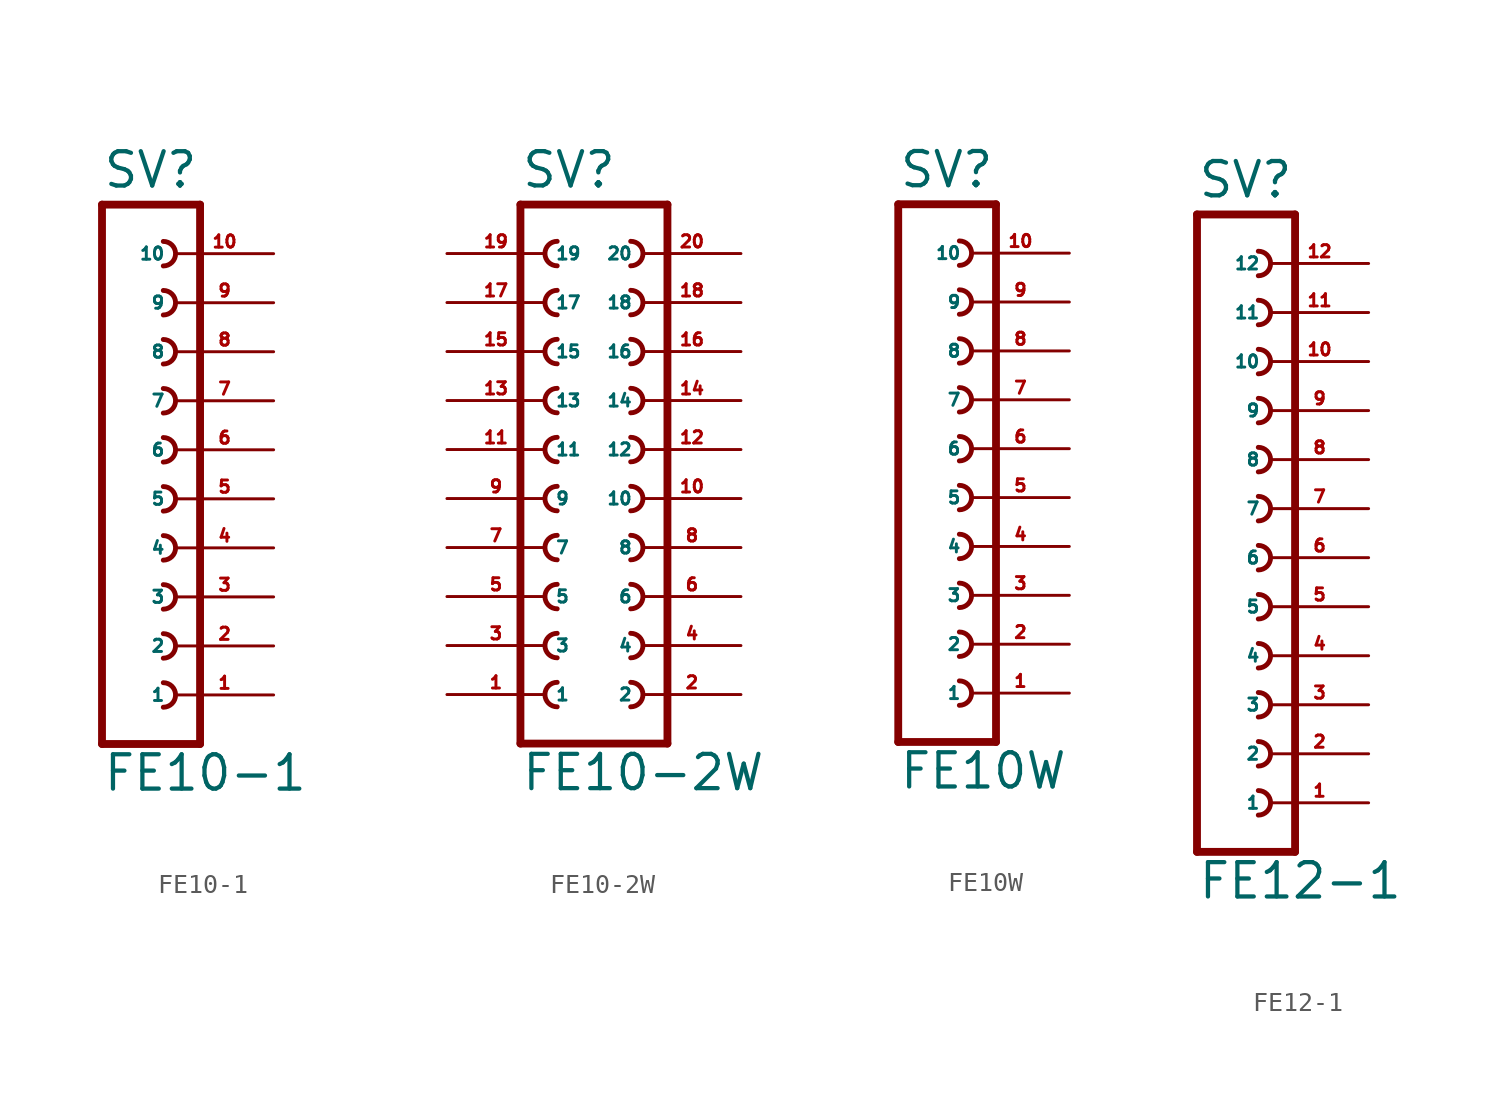
<source format=kicad_sym>
(kicad_symbol_lib
  (version 20220914)
  (generator Eagle2Kicad)
  (symbol "FE10-1"
    (property "Reference" "SV"
      (at -1.27 16.002 0)
      (effects (font (size 1.778 1.778) (thickness 0.22)) (justify left bottom)))
    (property "Value" "FE10-1"
      (at -1.27 -15.24 0)
      (effects (font (size 1.778 1.778) (thickness 0.22)) (justify left bottom)))
    (polyline
      (pts (xy 3.81 -12.7) (xy -1.27 -12.7))
      (stroke (width 0.406) (type default))
      (fill (type none)))
    (arc
      (start 1.905 -5.715)
      (mid 2.540 -5.080)
      (end 1.905 -4.445)
      (stroke (width 0.254) (type default))
      (fill (type none)))
    (arc
      (start 1.905 -8.255)
      (mid 2.540 -7.620)
      (end 1.905 -6.985)
      (stroke (width 0.254) (type default))
      (fill (type none)))
    (arc
      (start 1.905 -10.795)
      (mid 2.540 -10.160)
      (end 1.905 -9.525)
      (stroke (width 0.254) (type default))
      (fill (type none)))
    (arc
      (start 1.905 -0.635)
      (mid 2.540 0.000)
      (end 1.905 0.635)
      (stroke (width 0.254) (type default))
      (fill (type none)))
    (arc
      (start 1.905 -3.175)
      (mid 2.540 -2.540)
      (end 1.905 -1.905)
      (stroke (width 0.254) (type default))
      (fill (type none)))
    (arc
      (start 1.905 6.985)
      (mid 2.540 7.620)
      (end 1.905 8.255)
      (stroke (width 0.254) (type default))
      (fill (type none)))
    (arc
      (start 1.905 4.445)
      (mid 2.540 5.080)
      (end 1.905 5.715)
      (stroke (width 0.254) (type default))
      (fill (type none)))
    (arc
      (start 1.905 1.905)
      (mid 2.540 2.540)
      (end 1.905 3.175)
      (stroke (width 0.254) (type default))
      (fill (type none)))
    (polyline
      (pts (xy -1.27 15.24) (xy -1.27 -12.7))
      (stroke (width 0.406) (type default))
      (fill (type none)))
    (polyline
      (pts (xy 3.81 -12.7) (xy 3.81 15.24))
      (stroke (width 0.406) (type default))
      (fill (type none)))
    (polyline
      (pts (xy -1.27 15.24) (xy 3.81 15.24))
      (stroke (width 0.406) (type default))
      (fill (type none)))
    (arc
      (start 1.905 12.065)
      (mid 2.540 12.700)
      (end 1.905 13.335)
      (stroke (width 0.254) (type default))
      (fill (type none)))
    (arc
      (start 1.905 9.525)
      (mid 2.540 10.160)
      (end 1.905 10.795)
      (stroke (width 0.254) (type default))
      (fill (type none)))
    (pin passive line
      (at 7.62 -10.16 180)
      (length 5.08)
      (name "1" (effects (font (size 0.635 0.635) (thickness 0.08)) (justify left bottom)))
      (number "1" (effects (font (size 0.635 0.635) (thickness 0.08)) (justify left bottom))))
    (pin passive line
      (at 7.62 -7.62 180)
      (length 5.08)
      (name "2" (effects (font (size 0.635 0.635) (thickness 0.08)) (justify left bottom)))
      (number "2" (effects (font (size 0.635 0.635) (thickness 0.08)) (justify left bottom))))
    (pin passive line
      (at 7.62 -5.08 180)
      (length 5.08)
      (name "3" (effects (font (size 0.635 0.635) (thickness 0.08)) (justify left bottom)))
      (number "3" (effects (font (size 0.635 0.635) (thickness 0.08)) (justify left bottom))))
    (pin passive line
      (at 7.62 -2.54 180)
      (length 5.08)
      (name "4" (effects (font (size 0.635 0.635) (thickness 0.08)) (justify left bottom)))
      (number "4" (effects (font (size 0.635 0.635) (thickness 0.08)) (justify left bottom))))
    (pin passive line
      (at 7.62 0 180)
      (length 5.08)
      (name "5" (effects (font (size 0.635 0.635) (thickness 0.08)) (justify left bottom)))
      (number "5" (effects (font (size 0.635 0.635) (thickness 0.08)) (justify left bottom))))
    (pin passive line
      (at 7.62 2.54 180)
      (length 5.08)
      (name "6" (effects (font (size 0.635 0.635) (thickness 0.08)) (justify left bottom)))
      (number "6" (effects (font (size 0.635 0.635) (thickness 0.08)) (justify left bottom))))
    (pin passive line
      (at 7.62 5.08 180)
      (length 5.08)
      (name "7" (effects (font (size 0.635 0.635) (thickness 0.08)) (justify left bottom)))
      (number "7" (effects (font (size 0.635 0.635) (thickness 0.08)) (justify left bottom))))
    (pin passive line
      (at 7.62 7.62 180)
      (length 5.08)
      (name "8" (effects (font (size 0.635 0.635) (thickness 0.08)) (justify left bottom)))
      (number "8" (effects (font (size 0.635 0.635) (thickness 0.08)) (justify left bottom))))
    (pin passive line
      (at 7.62 10.16 180)
      (length 5.08)
      (name "9" (effects (font (size 0.635 0.635) (thickness 0.08)) (justify left bottom)))
      (number "9" (effects (font (size 0.635 0.635) (thickness 0.08)) (justify left bottom))))
    (pin passive line
      (at 7.62 12.7 180)
      (length 5.08)
      (name "10" (effects (font (size 0.635 0.635) (thickness 0.08)) (justify left bottom)))
      (number "10" (effects (font (size 0.635 0.635) (thickness 0.08)) (justify left bottom)))))
  (symbol "FE10-2W"
    (property "Reference" "SV"
      (at -3.81 16.002 0)
      (effects (font (size 1.778 1.778) (thickness 0.22)) (justify left bottom)))
    (property "Value" "FE10-2W"
      (at -3.81 -15.24 0)
      (effects (font (size 1.778 1.778) (thickness 0.22)) (justify left bottom)))
    (polyline
      (pts (xy 3.81 -12.7) (xy -3.81 -12.7))
      (stroke (width 0.406) (type default))
      (fill (type none)))
    (arc
      (start -1.905 -4.445)
      (mid -2.540 -5.080)
      (end -1.905 -5.715)
      (stroke (width 0.254) (type default))
      (fill (type none)))
    (arc
      (start -1.905 -6.985)
      (mid -2.540 -7.620)
      (end -1.905 -8.255)
      (stroke (width 0.254) (type default))
      (fill (type none)))
    (arc
      (start -1.905 -9.525)
      (mid -2.540 -10.160)
      (end -1.905 -10.795)
      (stroke (width 0.254) (type default))
      (fill (type none)))
    (arc
      (start 1.905 -5.715)
      (mid 2.540 -5.080)
      (end 1.905 -4.445)
      (stroke (width 0.254) (type default))
      (fill (type none)))
    (arc
      (start 1.905 -8.255)
      (mid 2.540 -7.620)
      (end 1.905 -6.985)
      (stroke (width 0.254) (type default))
      (fill (type none)))
    (arc
      (start 1.905 -10.795)
      (mid 2.540 -10.160)
      (end 1.905 -9.525)
      (stroke (width 0.254) (type default))
      (fill (type none)))
    (arc
      (start -1.905 0.635)
      (mid -2.540 0.000)
      (end -1.905 -0.635)
      (stroke (width 0.254) (type default))
      (fill (type none)))
    (arc
      (start -1.905 -1.905)
      (mid -2.540 -2.540)
      (end -1.905 -3.175)
      (stroke (width 0.254) (type default))
      (fill (type none)))
    (arc
      (start 1.905 -0.635)
      (mid 2.540 0.000)
      (end 1.905 0.635)
      (stroke (width 0.254) (type default))
      (fill (type none)))
    (arc
      (start 1.905 -3.175)
      (mid 2.540 -2.540)
      (end 1.905 -1.905)
      (stroke (width 0.254) (type default))
      (fill (type none)))
    (arc
      (start -1.905 8.255)
      (mid -2.540 7.620)
      (end -1.905 6.985)
      (stroke (width 0.254) (type default))
      (fill (type none)))
    (arc
      (start -1.905 5.715)
      (mid -2.540 5.080)
      (end -1.905 4.445)
      (stroke (width 0.254) (type default))
      (fill (type none)))
    (arc
      (start -1.905 3.175)
      (mid -2.540 2.540)
      (end -1.905 1.905)
      (stroke (width 0.254) (type default))
      (fill (type none)))
    (arc
      (start 1.905 6.985)
      (mid 2.540 7.620)
      (end 1.905 8.255)
      (stroke (width 0.254) (type default))
      (fill (type none)))
    (arc
      (start 1.905 4.445)
      (mid 2.540 5.080)
      (end 1.905 5.715)
      (stroke (width 0.254) (type default))
      (fill (type none)))
    (arc
      (start 1.905 1.905)
      (mid 2.540 2.540)
      (end 1.905 3.175)
      (stroke (width 0.254) (type default))
      (fill (type none)))
    (polyline
      (pts (xy -3.81 15.24) (xy -3.81 -12.7))
      (stroke (width 0.406) (type default))
      (fill (type none)))
    (polyline
      (pts (xy 3.81 -12.7) (xy 3.81 15.24))
      (stroke (width 0.406) (type default))
      (fill (type none)))
    (polyline
      (pts (xy -3.81 15.24) (xy 3.81 15.24))
      (stroke (width 0.406) (type default))
      (fill (type none)))
    (arc
      (start -1.905 13.335)
      (mid -2.540 12.700)
      (end -1.905 12.065)
      (stroke (width 0.254) (type default))
      (fill (type none)))
    (arc
      (start -1.905 10.795)
      (mid -2.540 10.160)
      (end -1.905 9.525)
      (stroke (width 0.254) (type default))
      (fill (type none)))
    (arc
      (start 1.905 12.065)
      (mid 2.540 12.700)
      (end 1.905 13.335)
      (stroke (width 0.254) (type default))
      (fill (type none)))
    (arc
      (start 1.905 9.525)
      (mid 2.540 10.160)
      (end 1.905 10.795)
      (stroke (width 0.254) (type default))
      (fill (type none)))
    (pin passive line
      (at -7.62 -10.16 0)
      (length 5.08)
      (name "1" (effects (font (size 0.635 0.635) (thickness 0.08)) (justify left bottom)))
      (number "1" (effects (font (size 0.635 0.635) (thickness 0.08)) (justify left bottom))))
    (pin passive line
      (at -7.62 -7.62 0)
      (length 5.08)
      (name "3" (effects (font (size 0.635 0.635) (thickness 0.08)) (justify left bottom)))
      (number "3" (effects (font (size 0.635 0.635) (thickness 0.08)) (justify left bottom))))
    (pin passive line
      (at -7.62 -5.08 0)
      (length 5.08)
      (name "5" (effects (font (size 0.635 0.635) (thickness 0.08)) (justify left bottom)))
      (number "5" (effects (font (size 0.635 0.635) (thickness 0.08)) (justify left bottom))))
    (pin passive line
      (at 7.62 -10.16 180)
      (length 5.08)
      (name "2" (effects (font (size 0.635 0.635) (thickness 0.08)) (justify left bottom)))
      (number "2" (effects (font (size 0.635 0.635) (thickness 0.08)) (justify left bottom))))
    (pin passive line
      (at 7.62 -7.62 180)
      (length 5.08)
      (name "4" (effects (font (size 0.635 0.635) (thickness 0.08)) (justify left bottom)))
      (number "4" (effects (font (size 0.635 0.635) (thickness 0.08)) (justify left bottom))))
    (pin passive line
      (at 7.62 -5.08 180)
      (length 5.08)
      (name "6" (effects (font (size 0.635 0.635) (thickness 0.08)) (justify left bottom)))
      (number "6" (effects (font (size 0.635 0.635) (thickness 0.08)) (justify left bottom))))
    (pin passive line
      (at -7.62 -2.54 0)
      (length 5.08)
      (name "7" (effects (font (size 0.635 0.635) (thickness 0.08)) (justify left bottom)))
      (number "7" (effects (font (size 0.635 0.635) (thickness 0.08)) (justify left bottom))))
    (pin passive line
      (at -7.62 0 0)
      (length 5.08)
      (name "9" (effects (font (size 0.635 0.635) (thickness 0.08)) (justify left bottom)))
      (number "9" (effects (font (size 0.635 0.635) (thickness 0.08)) (justify left bottom))))
    (pin passive line
      (at 7.62 -2.54 180)
      (length 5.08)
      (name "8" (effects (font (size 0.635 0.635) (thickness 0.08)) (justify left bottom)))
      (number "8" (effects (font (size 0.635 0.635) (thickness 0.08)) (justify left bottom))))
    (pin passive line
      (at 7.62 0 180)
      (length 5.08)
      (name "10" (effects (font (size 0.635 0.635) (thickness 0.08)) (justify left bottom)))
      (number "10" (effects (font (size 0.635 0.635) (thickness 0.08)) (justify left bottom))))
    (pin passive line
      (at -7.62 2.54 0)
      (length 5.08)
      (name "11" (effects (font (size 0.635 0.635) (thickness 0.08)) (justify left bottom)))
      (number "11" (effects (font (size 0.635 0.635) (thickness 0.08)) (justify left bottom))))
    (pin passive line
      (at -7.62 5.08 0)
      (length 5.08)
      (name "13" (effects (font (size 0.635 0.635) (thickness 0.08)) (justify left bottom)))
      (number "13" (effects (font (size 0.635 0.635) (thickness 0.08)) (justify left bottom))))
    (pin passive line
      (at -7.62 7.62 0)
      (length 5.08)
      (name "15" (effects (font (size 0.635 0.635) (thickness 0.08)) (justify left bottom)))
      (number "15" (effects (font (size 0.635 0.635) (thickness 0.08)) (justify left bottom))))
    (pin passive line
      (at 7.62 2.54 180)
      (length 5.08)
      (name "12" (effects (font (size 0.635 0.635) (thickness 0.08)) (justify left bottom)))
      (number "12" (effects (font (size 0.635 0.635) (thickness 0.08)) (justify left bottom))))
    (pin passive line
      (at 7.62 5.08 180)
      (length 5.08)
      (name "14" (effects (font (size 0.635 0.635) (thickness 0.08)) (justify left bottom)))
      (number "14" (effects (font (size 0.635 0.635) (thickness 0.08)) (justify left bottom))))
    (pin passive line
      (at 7.62 7.62 180)
      (length 5.08)
      (name "16" (effects (font (size 0.635 0.635) (thickness 0.08)) (justify left bottom)))
      (number "16" (effects (font (size 0.635 0.635) (thickness 0.08)) (justify left bottom))))
    (pin passive line
      (at -7.62 10.16 0)
      (length 5.08)
      (name "17" (effects (font (size 0.635 0.635) (thickness 0.08)) (justify left bottom)))
      (number "17" (effects (font (size 0.635 0.635) (thickness 0.08)) (justify left bottom))))
    (pin passive line
      (at -7.62 12.7 0)
      (length 5.08)
      (name "19" (effects (font (size 0.635 0.635) (thickness 0.08)) (justify left bottom)))
      (number "19" (effects (font (size 0.635 0.635) (thickness 0.08)) (justify left bottom))))
    (pin passive line
      (at 7.62 10.16 180)
      (length 5.08)
      (name "18" (effects (font (size 0.635 0.635) (thickness 0.08)) (justify left bottom)))
      (number "18" (effects (font (size 0.635 0.635) (thickness 0.08)) (justify left bottom))))
    (pin passive line
      (at 7.62 12.7 180)
      (length 5.08)
      (name "20" (effects (font (size 0.635 0.635) (thickness 0.08)) (justify left bottom)))
      (number "20" (effects (font (size 0.635 0.635) (thickness 0.08)) (justify left bottom)))))
  (symbol "FE10W"
    (property "Reference" "SV"
      (at -1.27 16.002 0)
      (effects (font (size 1.778 1.778) (thickness 0.22)) (justify left bottom)))
    (property "Value" "FE10W"
      (at -1.27 -15.24 0)
      (effects (font (size 1.778 1.778) (thickness 0.22)) (justify left bottom)))
    (polyline
      (pts (xy 3.81 -12.7) (xy -1.27 -12.7))
      (stroke (width 0.406) (type default))
      (fill (type none)))
    (arc
      (start 1.905 -5.715)
      (mid 2.540 -5.080)
      (end 1.905 -4.445)
      (stroke (width 0.254) (type default))
      (fill (type none)))
    (arc
      (start 1.905 -8.255)
      (mid 2.540 -7.620)
      (end 1.905 -6.985)
      (stroke (width 0.254) (type default))
      (fill (type none)))
    (arc
      (start 1.905 -10.795)
      (mid 2.540 -10.160)
      (end 1.905 -9.525)
      (stroke (width 0.254) (type default))
      (fill (type none)))
    (arc
      (start 1.905 -0.635)
      (mid 2.540 0.000)
      (end 1.905 0.635)
      (stroke (width 0.254) (type default))
      (fill (type none)))
    (arc
      (start 1.905 -3.175)
      (mid 2.540 -2.540)
      (end 1.905 -1.905)
      (stroke (width 0.254) (type default))
      (fill (type none)))
    (arc
      (start 1.905 6.985)
      (mid 2.540 7.620)
      (end 1.905 8.255)
      (stroke (width 0.254) (type default))
      (fill (type none)))
    (arc
      (start 1.905 4.445)
      (mid 2.540 5.080)
      (end 1.905 5.715)
      (stroke (width 0.254) (type default))
      (fill (type none)))
    (arc
      (start 1.905 1.905)
      (mid 2.540 2.540)
      (end 1.905 3.175)
      (stroke (width 0.254) (type default))
      (fill (type none)))
    (polyline
      (pts (xy -1.27 15.24) (xy -1.27 -12.7))
      (stroke (width 0.406) (type default))
      (fill (type none)))
    (polyline
      (pts (xy 3.81 -12.7) (xy 3.81 15.24))
      (stroke (width 0.406) (type default))
      (fill (type none)))
    (polyline
      (pts (xy -1.27 15.24) (xy 3.81 15.24))
      (stroke (width 0.406) (type default))
      (fill (type none)))
    (arc
      (start 1.905 12.065)
      (mid 2.540 12.700)
      (end 1.905 13.335)
      (stroke (width 0.254) (type default))
      (fill (type none)))
    (arc
      (start 1.905 9.525)
      (mid 2.540 10.160)
      (end 1.905 10.795)
      (stroke (width 0.254) (type default))
      (fill (type none)))
    (pin passive line
      (at 7.62 -10.16 180)
      (length 5.08)
      (name "1" (effects (font (size 0.635 0.635) (thickness 0.08)) (justify left bottom)))
      (number "1" (effects (font (size 0.635 0.635) (thickness 0.08)) (justify left bottom))))
    (pin passive line
      (at 7.62 -7.62 180)
      (length 5.08)
      (name "2" (effects (font (size 0.635 0.635) (thickness 0.08)) (justify left bottom)))
      (number "2" (effects (font (size 0.635 0.635) (thickness 0.08)) (justify left bottom))))
    (pin passive line
      (at 7.62 -5.08 180)
      (length 5.08)
      (name "3" (effects (font (size 0.635 0.635) (thickness 0.08)) (justify left bottom)))
      (number "3" (effects (font (size 0.635 0.635) (thickness 0.08)) (justify left bottom))))
    (pin passive line
      (at 7.62 -2.54 180)
      (length 5.08)
      (name "4" (effects (font (size 0.635 0.635) (thickness 0.08)) (justify left bottom)))
      (number "4" (effects (font (size 0.635 0.635) (thickness 0.08)) (justify left bottom))))
    (pin passive line
      (at 7.62 0 180)
      (length 5.08)
      (name "5" (effects (font (size 0.635 0.635) (thickness 0.08)) (justify left bottom)))
      (number "5" (effects (font (size 0.635 0.635) (thickness 0.08)) (justify left bottom))))
    (pin passive line
      (at 7.62 2.54 180)
      (length 5.08)
      (name "6" (effects (font (size 0.635 0.635) (thickness 0.08)) (justify left bottom)))
      (number "6" (effects (font (size 0.635 0.635) (thickness 0.08)) (justify left bottom))))
    (pin passive line
      (at 7.62 5.08 180)
      (length 5.08)
      (name "7" (effects (font (size 0.635 0.635) (thickness 0.08)) (justify left bottom)))
      (number "7" (effects (font (size 0.635 0.635) (thickness 0.08)) (justify left bottom))))
    (pin passive line
      (at 7.62 7.62 180)
      (length 5.08)
      (name "8" (effects (font (size 0.635 0.635) (thickness 0.08)) (justify left bottom)))
      (number "8" (effects (font (size 0.635 0.635) (thickness 0.08)) (justify left bottom))))
    (pin passive line
      (at 7.62 10.16 180)
      (length 5.08)
      (name "9" (effects (font (size 0.635 0.635) (thickness 0.08)) (justify left bottom)))
      (number "9" (effects (font (size 0.635 0.635) (thickness 0.08)) (justify left bottom))))
    (pin passive line
      (at 7.62 12.7 180)
      (length 5.08)
      (name "10" (effects (font (size 0.635 0.635) (thickness 0.08)) (justify left bottom)))
      (number "10" (effects (font (size 0.635 0.635) (thickness 0.08)) (justify left bottom)))))
  (symbol "FE12-1"
    (property "Reference" "SV"
      (at -1.27 18.542 0)
      (effects (font (size 1.778 1.778) (thickness 0.22)) (justify left bottom)))
    (property "Value" "FE12-1"
      (at -1.27 -17.78 0)
      (effects (font (size 1.778 1.778) (thickness 0.22)) (justify left bottom)))
    (polyline
      (pts (xy 3.81 -15.24) (xy -1.27 -15.24))
      (stroke (width 0.406) (type default))
      (fill (type none)))
    (arc
      (start 1.905 -8.255)
      (mid 2.540 -7.620)
      (end 1.905 -6.985)
      (stroke (width 0.254) (type default))
      (fill (type none)))
    (arc
      (start 1.905 -10.795)
      (mid 2.540 -10.160)
      (end 1.905 -9.525)
      (stroke (width 0.254) (type default))
      (fill (type none)))
    (arc
      (start 1.905 -13.335)
      (mid 2.540 -12.700)
      (end 1.905 -12.065)
      (stroke (width 0.254) (type default))
      (fill (type none)))
    (arc
      (start 1.905 -3.175)
      (mid 2.540 -2.540)
      (end 1.905 -1.905)
      (stroke (width 0.254) (type default))
      (fill (type none)))
    (arc
      (start 1.905 -5.715)
      (mid 2.540 -5.080)
      (end 1.905 -4.445)
      (stroke (width 0.254) (type default))
      (fill (type none)))
    (arc
      (start 1.905 4.445)
      (mid 2.540 5.080)
      (end 1.905 5.715)
      (stroke (width 0.254) (type default))
      (fill (type none)))
    (arc
      (start 1.905 1.905)
      (mid 2.540 2.540)
      (end 1.905 3.175)
      (stroke (width 0.254) (type default))
      (fill (type none)))
    (arc
      (start 1.905 -0.635)
      (mid 2.540 0.000)
      (end 1.905 0.635)
      (stroke (width 0.254) (type default))
      (fill (type none)))
    (arc
      (start 1.905 9.525)
      (mid 2.540 10.160)
      (end 1.905 10.795)
      (stroke (width 0.254) (type default))
      (fill (type none)))
    (arc
      (start 1.905 6.985)
      (mid 2.540 7.620)
      (end 1.905 8.255)
      (stroke (width 0.254) (type default))
      (fill (type none)))
    (arc
      (start 1.905 14.605)
      (mid 2.540 15.240)
      (end 1.905 15.875)
      (stroke (width 0.254) (type default))
      (fill (type none)))
    (arc
      (start 1.905 12.065)
      (mid 2.540 12.700)
      (end 1.905 13.335)
      (stroke (width 0.254) (type default))
      (fill (type none)))
    (polyline
      (pts (xy -1.27 17.78) (xy -1.27 -15.24))
      (stroke (width 0.406) (type default))
      (fill (type none)))
    (polyline
      (pts (xy 3.81 -15.24) (xy 3.81 17.78))
      (stroke (width 0.406) (type default))
      (fill (type none)))
    (polyline
      (pts (xy -1.27 17.78) (xy 3.81 17.78))
      (stroke (width 0.406) (type default))
      (fill (type none)))
    (pin passive line
      (at 7.62 -12.7 180)
      (length 5.08)
      (name "1" (effects (font (size 0.635 0.635) (thickness 0.08)) (justify left bottom)))
      (number "1" (effects (font (size 0.635 0.635) (thickness 0.08)) (justify left bottom))))
    (pin passive line
      (at 7.62 -10.16 180)
      (length 5.08)
      (name "2" (effects (font (size 0.635 0.635) (thickness 0.08)) (justify left bottom)))
      (number "2" (effects (font (size 0.635 0.635) (thickness 0.08)) (justify left bottom))))
    (pin passive line
      (at 7.62 -7.62 180)
      (length 5.08)
      (name "3" (effects (font (size 0.635 0.635) (thickness 0.08)) (justify left bottom)))
      (number "3" (effects (font (size 0.635 0.635) (thickness 0.08)) (justify left bottom))))
    (pin passive line
      (at 7.62 -5.08 180)
      (length 5.08)
      (name "4" (effects (font (size 0.635 0.635) (thickness 0.08)) (justify left bottom)))
      (number "4" (effects (font (size 0.635 0.635) (thickness 0.08)) (justify left bottom))))
    (pin passive line
      (at 7.62 -2.54 180)
      (length 5.08)
      (name "5" (effects (font (size 0.635 0.635) (thickness 0.08)) (justify left bottom)))
      (number "5" (effects (font (size 0.635 0.635) (thickness 0.08)) (justify left bottom))))
    (pin passive line
      (at 7.62 0 180)
      (length 5.08)
      (name "6" (effects (font (size 0.635 0.635) (thickness 0.08)) (justify left bottom)))
      (number "6" (effects (font (size 0.635 0.635) (thickness 0.08)) (justify left bottom))))
    (pin passive line
      (at 7.62 2.54 180)
      (length 5.08)
      (name "7" (effects (font (size 0.635 0.635) (thickness 0.08)) (justify left bottom)))
      (number "7" (effects (font (size 0.635 0.635) (thickness 0.08)) (justify left bottom))))
    (pin passive line
      (at 7.62 5.08 180)
      (length 5.08)
      (name "8" (effects (font (size 0.635 0.635) (thickness 0.08)) (justify left bottom)))
      (number "8" (effects (font (size 0.635 0.635) (thickness 0.08)) (justify left bottom))))
    (pin passive line
      (at 7.62 7.62 180)
      (length 5.08)
      (name "9" (effects (font (size 0.635 0.635) (thickness 0.08)) (justify left bottom)))
      (number "9" (effects (font (size 0.635 0.635) (thickness 0.08)) (justify left bottom))))
    (pin passive line
      (at 7.62 10.16 180)
      (length 5.08)
      (name "10" (effects (font (size 0.635 0.635) (thickness 0.08)) (justify left bottom)))
      (number "10" (effects (font (size 0.635 0.635) (thickness 0.08)) (justify left bottom))))
    (pin passive line
      (at 7.62 12.7 180)
      (length 5.08)
      (name "11" (effects (font (size 0.635 0.635) (thickness 0.08)) (justify left bottom)))
      (number "11" (effects (font (size 0.635 0.635) (thickness 0.08)) (justify left bottom))))
    (pin passive line
      (at 7.62 15.24 180)
      (length 5.08)
      (name "12" (effects (font (size 0.635 0.635) (thickness 0.08)) (justify left bottom)))
      (number "12" (effects (font (size 0.635 0.635) (thickness 0.08)) (justify left bottom))))))
</source>
